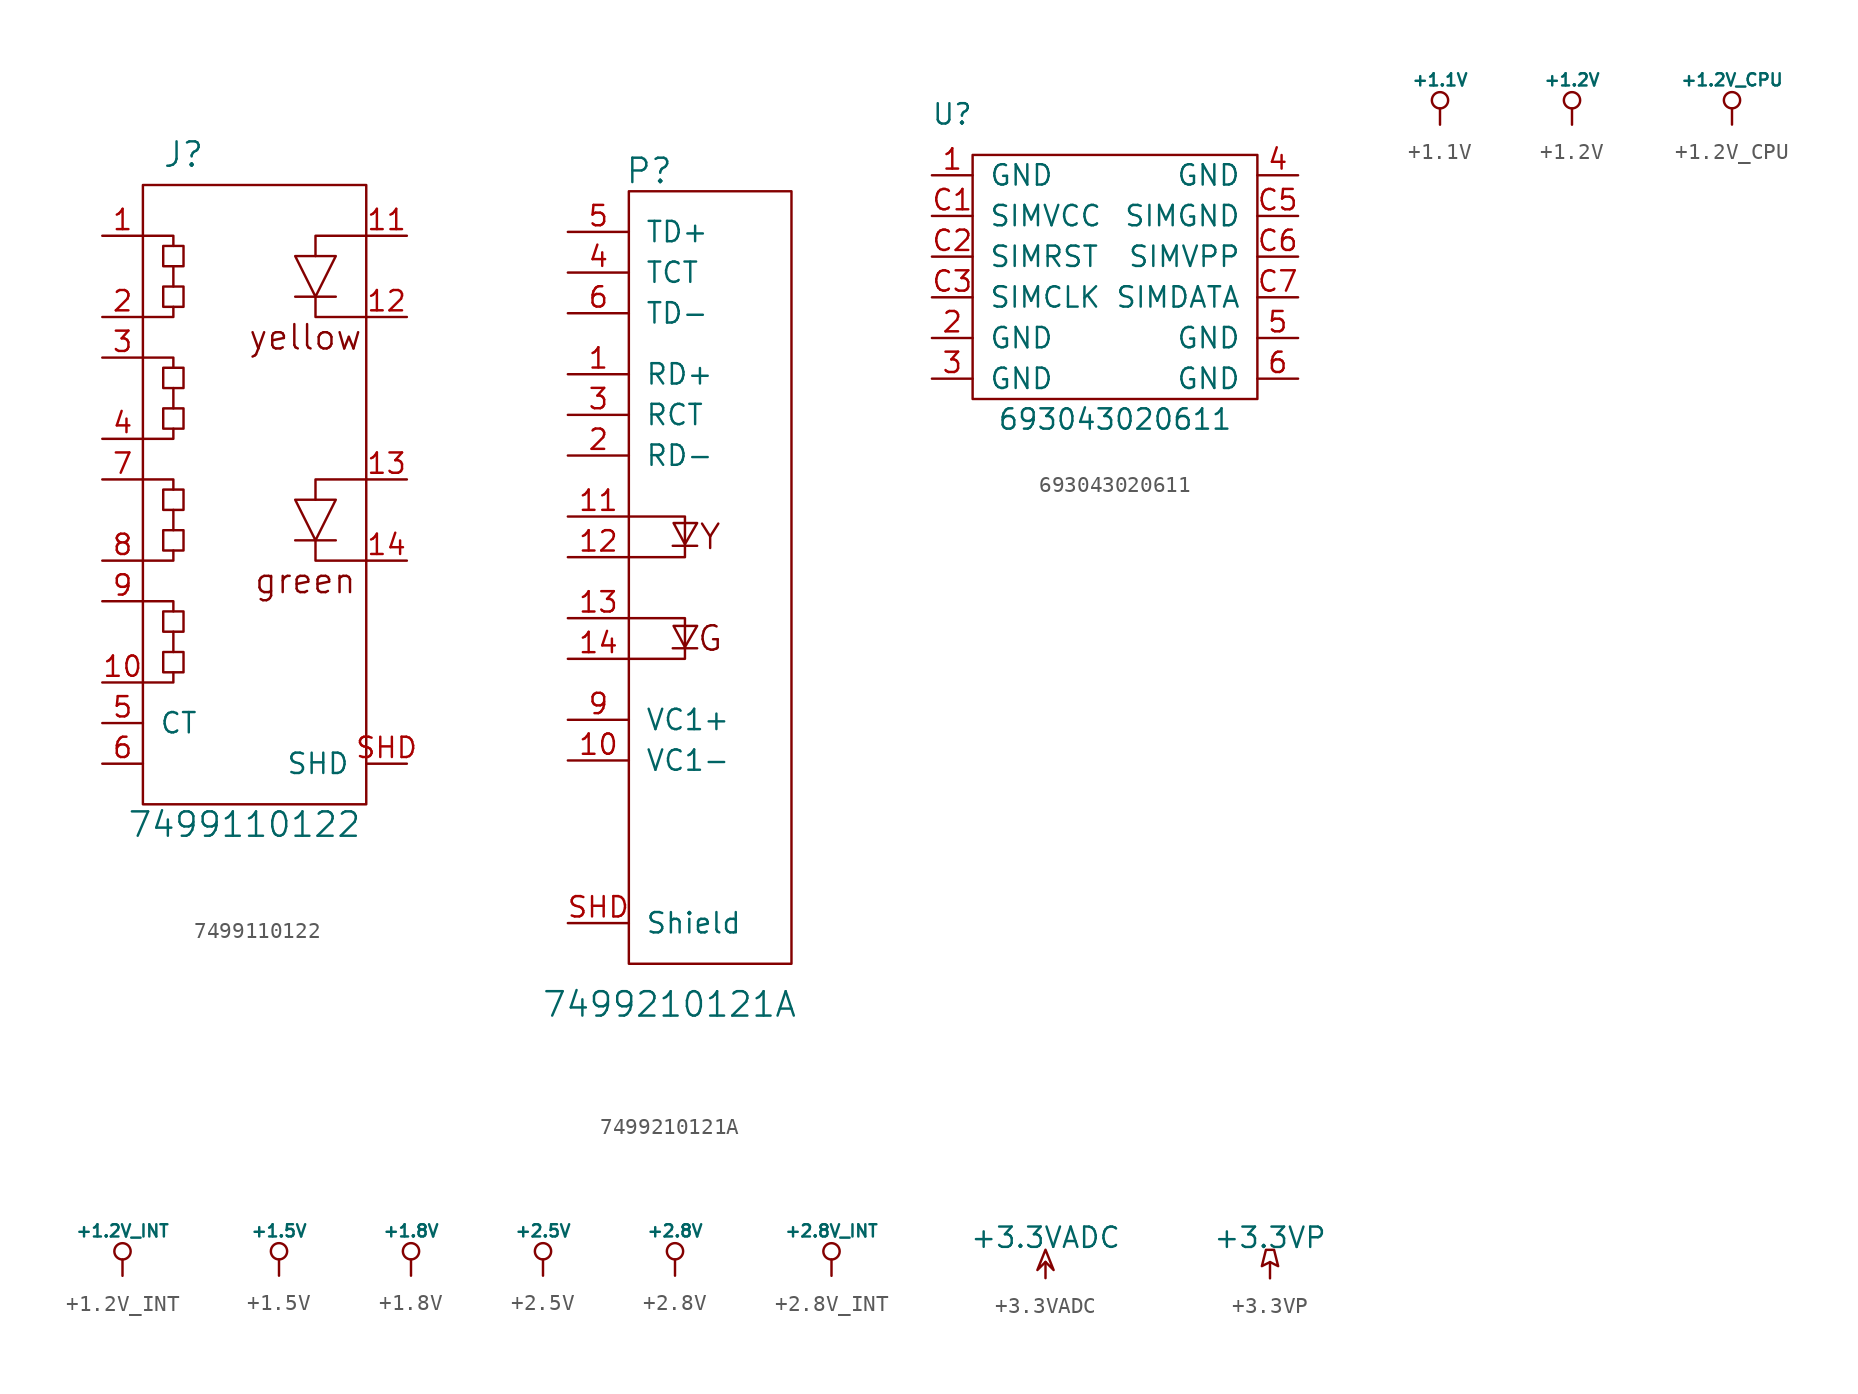
<source format=kicad_sym>
(kicad_symbol_lib
  (version 20210619)
  (generator kicad_symbol_editor)
  (symbol "tinkerforge:7499110122"
    (pin_names
      (offset 1.016))
    (property "Reference" "J"
      (at -5.08 20.32 0)
      (effects (font (size 1.524 1.524))))
    (property "Value" "7499110122"
      (at -1.27 -21.59 0)
      (effects (font (size 1.524 1.524))))
    (symbol "7499110122_1_0"
      (text "green" (at 2.54 -6.35 0) (effects (font (size 1.524 1.524))))
      (text "yellow" (at 2.54 8.89 0) (effects (font (size 1.524 1.524)))))
    (symbol "7499110122_1_1"
      (rectangle (start -7.62 -20.32) (end 6.35 18.415) (stroke (width 0)) (fill (type none)))
      (rectangle (start -6.35 -10.795) (end -5.08 -12.065) (stroke (width 0)) (fill (type none)))
      (rectangle (start -6.35 -8.255) (end -5.08 -9.525) (stroke (width 0)) (fill (type none)))
      (rectangle (start -6.35 -3.175) (end -5.08 -4.445) (stroke (width 0)) (fill (type none)))
      (rectangle (start -6.35 -0.635) (end -5.08 -1.905) (stroke (width 0)) (fill (type none)))
      (rectangle (start -6.35 4.445) (end -5.08 3.175) (stroke (width 0)) (fill (type none)))
      (rectangle (start -6.35 6.985) (end -5.08 5.715) (stroke (width 0)) (fill (type none)))
      (rectangle (start -6.35 12.065) (end -5.08 10.795) (stroke (width 0)) (fill (type none)))
      (rectangle (start -6.35 14.605) (end -5.08 13.335) (stroke (width 0)) (fill (type none)))
      (polyline (pts (xy -5.715 -9.525) (xy -5.715 -10.795)) (stroke (width 0)) (fill (type none)))
      (polyline (pts (xy -5.715 -1.905) (xy -5.715 -3.175)) (stroke (width 0)) (fill (type none)))
      (polyline (pts (xy -5.715 5.715) (xy -5.715 4.445)) (stroke (width 0)) (fill (type none)))
      (polyline (pts (xy -5.715 13.335) (xy -5.715 12.065)) (stroke (width 0)) (fill (type none)))
      (polyline (pts (xy 1.905 -3.81) (xy 4.445 -3.81)) (stroke (width 0)) (fill (type none)))
      (polyline (pts (xy 1.905 11.43) (xy 4.445 11.43)) (stroke (width 0)) (fill (type none)))
      (polyline (pts (xy -7.62 -12.7) (xy -5.715 -12.7) (xy -5.715 -12.065)) (stroke (width 0)) (fill (type none)))
      (polyline (pts (xy -7.62 -5.08) (xy -5.715 -5.08) (xy -5.715 -4.445)) (stroke (width 0)) (fill (type none)))
      (polyline (pts (xy -7.62 2.54) (xy -5.715 2.54) (xy -5.715 3.175)) (stroke (width 0)) (fill (type none)))
      (polyline (pts (xy -7.62 10.16) (xy -5.715 10.16) (xy -5.715 10.795)) (stroke (width 0)) (fill (type none)))
      (polyline (pts (xy -5.715 -8.255) (xy -5.715 -7.62) (xy -7.62 -7.62)) (stroke (width 0)) (fill (type none)))
      (polyline (pts (xy -5.715 -0.635) (xy -5.715 0) (xy -7.62 0)) (stroke (width 0)) (fill (type none)))
      (polyline (pts (xy -5.715 6.985) (xy -5.715 7.62) (xy -7.62 7.62)) (stroke (width 0)) (fill (type none)))
      (polyline (pts (xy -5.715 14.605) (xy -5.715 15.24) (xy -7.62 15.24)) (stroke (width 0)) (fill (type none)))
      (polyline (pts (xy 3.175 -1.27) (xy 3.175 0) (xy 6.35 0)) (stroke (width 0)) (fill (type none)))
      (polyline (pts (xy 3.175 13.97) (xy 3.175 15.24) (xy 6.35 15.24)) (stroke (width 0)) (fill (type none)))
      (polyline (pts (xy 6.35 -5.08) (xy 3.175 -5.08) (xy 3.175 -3.81)) (stroke (width 0)) (fill (type none)))
      (polyline (pts (xy 6.35 10.16) (xy 3.175 10.16) (xy 3.175 11.43)) (stroke (width 0)) (fill (type none)))
      (polyline (pts (xy 1.905 -1.27) (xy 4.445 -1.27) (xy 3.175 -3.81) (xy 1.905 -1.27)) (stroke (width 0)) (fill (type none)))
      (polyline (pts (xy 1.905 13.97) (xy 4.445 13.97) (xy 3.175 11.43) (xy 1.905 13.97)) (stroke (width 0)) (fill (type none)))
      (pin passive line (at -10.16 15.24 0) (length 2.54) (name "~" (effects (font (size 1.27 1.27)))) (number "1" (effects (font (size 1.27 1.27)))))
      (pin passive line (at -10.16 -12.7 0) (length 2.54) (name "~" (effects (font (size 1.27 1.27)))) (number "10" (effects (font (size 1.27 1.27)))))
      (pin passive line (at 8.89 15.24 180) (length 2.54) (name "~" (effects (font (size 1.27 1.27)))) (number "11" (effects (font (size 1.27 1.27)))))
      (pin passive line (at 8.89 10.16 180) (length 2.54) (name "~" (effects (font (size 1.27 1.27)))) (number "12" (effects (font (size 1.27 1.27)))))
      (pin passive line (at 8.89 0 180) (length 2.54) (name "~" (effects (font (size 1.27 1.27)))) (number "13" (effects (font (size 1.27 1.27)))))
      (pin passive line (at 8.89 -5.08 180) (length 2.54) (name "~" (effects (font (size 1.27 1.27)))) (number "14" (effects (font (size 1.27 1.27)))))
      (pin passive line (at -10.16 10.16 0) (length 2.54) (name "~" (effects (font (size 1.27 1.27)))) (number "2" (effects (font (size 1.27 1.27)))))
      (pin passive line (at -10.16 7.62 0) (length 2.54) (name "~" (effects (font (size 1.27 1.27)))) (number "3" (effects (font (size 1.27 1.27)))))
      (pin passive line (at -10.16 2.54 0) (length 2.54) (name "~" (effects (font (size 1.27 1.27)))) (number "4" (effects (font (size 1.27 1.27)))))
      (pin passive line (at -10.16 -15.24 0) (length 2.54) (name "CT" (effects (font (size 1.27 1.27)))) (number "5" (effects (font (size 1.27 1.27)))))
      (pin passive line (at -10.16 -17.78 0) (length 2.54) (name "~" (effects (font (size 1.27 1.27)))) (number "6" (effects (font (size 1.27 1.27)))))
      (pin passive line (at -10.16 0 0) (length 2.54) (name "~" (effects (font (size 1.27 1.27)))) (number "7" (effects (font (size 1.27 1.27)))))
      (pin passive line (at -10.16 -5.08 0) (length 2.54) (name "~" (effects (font (size 1.27 1.27)))) (number "8" (effects (font (size 1.27 1.27)))))
      (pin passive line (at -10.16 -7.62 0) (length 2.54) (name "~" (effects (font (size 1.27 1.27)))) (number "9" (effects (font (size 1.27 1.27)))))
      (pin passive line (at 8.89 -17.78 180) (length 2.54) (name "SHD" (effects (font (size 1.27 1.27)))) (number "SHD" (effects (font (size 1.27 1.27)))))))
  (symbol "tinkerforge:7499210121A"
    (pin_names
      (offset 1.016))
    (property "Reference" "P"
      (at -8.89 19.05 0)
      (effects (font (size 1.524 1.524))))
    (property "Value" "7499210121A"
      (at -7.62 -33.02 0)
      (effects (font (size 1.524 1.524))))
    (property "Footprint" ""
      (at 0 0 0)
      (effects (font (size 1.524 1.524))))
    (property "Datasheet" ""
      (at 0 0 0)
      (effects (font (size 1.524 1.524))))
    (symbol "7499210121A_0_0"
      (text "G" (at -5.08 -10.16 0) (effects (font (size 1.524 1.524))))
      (text "Y" (at -5.08 -3.81 0) (effects (font (size 1.524 1.524)))))
    (symbol "7499210121A_0_1"
      (rectangle (start -10.16 17.78) (end 0 -30.48) (stroke (width 0)) (fill (type none)))
      (polyline (pts (xy -7.417 -10.77) (xy -5.893 -10.77)) (stroke (width 0)) (fill (type none)))
      (polyline (pts (xy -7.417 -4.369) (xy -5.893 -4.369)) (stroke (width 0)) (fill (type none)))
      (polyline (pts (xy -10.16 -8.89) (xy -6.655 -8.89) (xy -6.655 -11.43) (xy -10.16 -11.43)) (stroke (width 0)) (fill (type none)))
      (polyline (pts (xy -10.16 -2.54) (xy -6.655 -2.54) (xy -6.655 -5.08) (xy -10.16 -5.08)) (stroke (width 0)) (fill (type none)))
      (polyline (pts (xy -6.655 -10.693) (xy -7.366 -9.373) (xy -5.893 -9.373) (xy -6.655 -10.693)) (stroke (width 0)) (fill (type none)))
      (polyline (pts (xy -6.655 -4.267) (xy -7.366 -2.946) (xy -5.893 -2.946) (xy -6.655 -4.267)) (stroke (width 0)) (fill (type none))))
    (symbol "7499210121A_1_1"
      (pin passive line (at -13.97 6.35 0) (length 3.81) (name "RD+" (effects (font (size 1.27 1.27)))) (number "1" (effects (font (size 1.27 1.27)))))
      (pin passive line (at -13.97 -17.78 0) (length 3.81) (name "VC1-" (effects (font (size 1.27 1.27)))) (number "10" (effects (font (size 1.27 1.27)))))
      (pin passive line (at -13.97 -2.54 0) (length 3.81) (name "~" (effects (font (size 1.27 1.27)))) (number "11" (effects (font (size 1.27 1.27)))))
      (pin passive line (at -13.97 -5.08 0) (length 3.81) (name "~" (effects (font (size 1.27 1.27)))) (number "12" (effects (font (size 1.27 1.27)))))
      (pin passive line (at -13.97 -8.89 0) (length 3.81) (name "~" (effects (font (size 1.27 1.27)))) (number "13" (effects (font (size 1.27 1.27)))))
      (pin passive line (at -13.97 -11.43 0) (length 3.81) (name "~" (effects (font (size 1.27 1.27)))) (number "14" (effects (font (size 1.27 1.27)))))
      (pin passive line (at -13.97 1.27 0) (length 3.81) (name "RD-" (effects (font (size 1.27 1.27)))) (number "2" (effects (font (size 1.27 1.27)))))
      (pin passive line (at -13.97 3.81 0) (length 3.81) (name "RCT" (effects (font (size 1.27 1.27)))) (number "3" (effects (font (size 1.27 1.27)))))
      (pin passive line (at -13.97 12.7 0) (length 3.81) (name "TCT" (effects (font (size 1.27 1.27)))) (number "4" (effects (font (size 1.27 1.27)))))
      (pin passive line (at -13.97 15.24 0) (length 3.81) (name "TD+" (effects (font (size 1.27 1.27)))) (number "5" (effects (font (size 1.27 1.27)))))
      (pin passive line (at -13.97 10.16 0) (length 3.81) (name "TD-" (effects (font (size 1.27 1.27)))) (number "6" (effects (font (size 1.27 1.27)))))
      (pin passive line (at -13.97 -15.24 0) (length 3.81) (name "VC1+" (effects (font (size 1.27 1.27)))) (number "9" (effects (font (size 1.27 1.27)))))
      (pin passive line (at -13.97 -27.94 0) (length 3.81) (name "Shield" (effects (font (size 1.27 1.27)))) (number "SHD" (effects (font (size 1.27 1.27)))))))
  (symbol "tinkerforge:693043020611"
    (pin_names
      (offset 1.016))
    (property "Reference" "U"
      (at -10.16 10.16 0)
      (effects (font (size 1.27 1.27))))
    (property "Value" "693043020611"
      (at 0 -8.89 0)
      (effects (font (size 1.27 1.27))))
    (symbol "693043020611_0_1"
      (rectangle (start -8.89 7.62) (end 8.89 -7.62) (stroke (width 0)) (fill (type none))))
    (symbol "693043020611_1_1"
      (pin passive line (at -11.43 6.35 0) (length 2.54) (name "GND" (effects (font (size 1.27 1.27)))) (number "1" (effects (font (size 1.27 1.27)))))
      (pin passive line (at -11.43 -3.81 0) (length 2.54) (name "GND" (effects (font (size 1.27 1.27)))) (number "2" (effects (font (size 1.27 1.27)))))
      (pin passive line (at -11.43 -6.35 0) (length 2.54) (name "GND" (effects (font (size 1.27 1.27)))) (number "3" (effects (font (size 1.27 1.27)))))
      (pin passive line (at 11.43 6.35 180) (length 2.54) (name "GND" (effects (font (size 1.27 1.27)))) (number "4" (effects (font (size 1.27 1.27)))))
      (pin passive line (at 11.43 -3.81 180) (length 2.54) (name "GND" (effects (font (size 1.27 1.27)))) (number "5" (effects (font (size 1.27 1.27)))))
      (pin passive line (at 11.43 -6.35 180) (length 2.54) (name "GND" (effects (font (size 1.27 1.27)))) (number "6" (effects (font (size 1.27 1.27)))))
      (pin passive line (at -11.43 3.81 0) (length 2.54) (name "SIMVCC" (effects (font (size 1.27 1.27)))) (number "C1" (effects (font (size 1.27 1.27)))))
      (pin passive line (at -11.43 1.27 0) (length 2.54) (name "SIMRST" (effects (font (size 1.27 1.27)))) (number "C2" (effects (font (size 1.27 1.27)))))
      (pin passive line (at -11.43 -1.27 0) (length 2.54) (name "SIMCLK" (effects (font (size 1.27 1.27)))) (number "C3" (effects (font (size 1.27 1.27)))))
      (pin passive line (at 11.43 3.81 180) (length 2.54) (name "SIMGND" (effects (font (size 1.27 1.27)))) (number "C5" (effects (font (size 1.27 1.27)))))
      (pin passive line (at 11.43 1.27 180) (length 2.54) (name "SIMVPP" (effects (font (size 1.27 1.27)))) (number "C6" (effects (font (size 1.27 1.27)))))
      (pin passive line (at 11.43 -1.27 180) (length 2.54) (name "SIMDATA" (effects (font (size 1.27 1.27)))) (number "C7" (effects (font (size 1.27 1.27)))))))
  (symbol "tinkerforge:+1.1V"
    (power)
    (pin_names
      (offset 0))
    (property "Reference" "#PWR"
      (at 0 3.556 0)
      (effects (font (size 0.508 0.508)) hide))
    (property "Value" "+1.1V"
      (at 0 2.794 0)
      (effects (font (size 0.762 0.762))))
    (property "Footprint" ""
      (at 0 0 0)
      (effects (font (size 1.524 1.524))))
    (property "Datasheet" ""
      (at 0 0 0)
      (effects (font (size 1.524 1.524))))
    (symbol "+1.1V_0_0"
      (polyline (pts (xy 0 0) (xy 0 1.016) (xy 0 1.016)) (stroke (width 0)) (fill (type none)))
      (pin power_in line (at 0 0 90) (length 0) hide (name "+1.1V" (effects (font (size 0.508 0.508)))) (number "1" (effects (font (size 0.508 0.508))))))
    (symbol "+1.1V_0_1"
      (circle (center 0 1.524) (radius 0.508) (stroke (width 0)) (fill (type none)))))
  (symbol "tinkerforge:+1.2V"
    (power)
    (pin_names
      (offset 0))
    (property "Reference" "#PWR"
      (at 0 3.556 0)
      (effects (font (size 0.508 0.508)) hide))
    (property "Value" "+1.2V"
      (at 0 2.794 0)
      (effects (font (size 0.762 0.762))))
    (property "Footprint" ""
      (at 0 0 0)
      (effects (font (size 1.524 1.524))))
    (property "Datasheet" ""
      (at 0 0 0)
      (effects (font (size 1.524 1.524))))
    (symbol "+1.2V_0_0"
      (polyline (pts (xy 0 0) (xy 0 1.016) (xy 0 1.016)) (stroke (width 0)) (fill (type none)))
      (pin power_in line (at 0 0 90) (length 0) hide (name "+1.2V" (effects (font (size 0.508 0.508)))) (number "1" (effects (font (size 0.508 0.508))))))
    (symbol "+1.2V_0_1"
      (circle (center 0 1.524) (radius 0.508) (stroke (width 0)) (fill (type none)))))
  (symbol "tinkerforge:+1.2V_CPU"
    (power)
    (pin_names
      (offset 0))
    (property "Reference" "#PWR"
      (at 0 3.556 0)
      (effects (font (size 0.508 0.508)) hide))
    (property "Value" "+1.2V_CPU"
      (at 0 2.794 0)
      (effects (font (size 0.762 0.762))))
    (property "Footprint" ""
      (at 0 0 0)
      (effects (font (size 1.524 1.524))))
    (property "Datasheet" ""
      (at 0 0 0)
      (effects (font (size 1.524 1.524))))
    (symbol "+1.2V_CPU_0_0"
      (polyline (pts (xy 0 0) (xy 0 1.016) (xy 0 1.016)) (stroke (width 0)) (fill (type none)))
      (pin power_in line (at 0 0 90) (length 0) hide (name "+1.2V_CPU" (effects (font (size 0.508 0.508)))) (number "1" (effects (font (size 0.508 0.508))))))
    (symbol "+1.2V_CPU_0_1"
      (circle (center 0 1.524) (radius 0.508) (stroke (width 0)) (fill (type none)))))
  (symbol "tinkerforge:+1.2V_INT"
    (power)
    (pin_names
      (offset 0))
    (property "Reference" "#PWR"
      (at 0 3.556 0)
      (effects (font (size 0.508 0.508)) hide))
    (property "Value" "+1.2V_INT"
      (at 0 2.794 0)
      (effects (font (size 0.762 0.762))))
    (property "Footprint" ""
      (at 0 0 0)
      (effects (font (size 1.524 1.524))))
    (property "Datasheet" ""
      (at 0 0 0)
      (effects (font (size 1.524 1.524))))
    (symbol "+1.2V_INT_0_0"
      (polyline (pts (xy 0 0) (xy 0 1.016) (xy 0 1.016)) (stroke (width 0)) (fill (type none)))
      (pin power_in line (at 0 0 90) (length 0) hide (name "+1.2V_INT" (effects (font (size 0.508 0.508)))) (number "1" (effects (font (size 0.508 0.508))))))
    (symbol "+1.2V_INT_0_1"
      (circle (center 0 1.524) (radius 0.508) (stroke (width 0)) (fill (type none)))))
  (symbol "tinkerforge:+1.5V"
    (power)
    (pin_names
      (offset 0))
    (property "Reference" "#PWR"
      (at 0 3.556 0)
      (effects (font (size 0.508 0.508)) hide))
    (property "Value" "+1.5V"
      (at 0 2.794 0)
      (effects (font (size 0.762 0.762))))
    (property "Footprint" ""
      (at 0 0 0)
      (effects (font (size 1.524 1.524))))
    (property "Datasheet" ""
      (at 0 0 0)
      (effects (font (size 1.524 1.524))))
    (symbol "+1.5V_0_0"
      (polyline (pts (xy 0 0) (xy 0 1.016) (xy 0 1.016)) (stroke (width 0)) (fill (type none)))
      (pin power_in line (at 0 0 90) (length 0) hide (name "+1.5V" (effects (font (size 0.508 0.508)))) (number "1" (effects (font (size 0.508 0.508))))))
    (symbol "+1.5V_0_1"
      (circle (center 0 1.524) (radius 0.508) (stroke (width 0)) (fill (type none)))))
  (symbol "tinkerforge:+1.8V"
    (power)
    (pin_names
      (offset 0))
    (property "Reference" "#PWR"
      (at 0 3.556 0)
      (effects (font (size 0.508 0.508)) hide))
    (property "Value" "+1.8V"
      (at 0 2.794 0)
      (effects (font (size 0.762 0.762))))
    (property "Footprint" ""
      (at 0 0 0)
      (effects (font (size 1.524 1.524))))
    (property "Datasheet" ""
      (at 0 0 0)
      (effects (font (size 1.524 1.524))))
    (symbol "+1.8V_0_0"
      (polyline (pts (xy 0 0) (xy 0 1.016) (xy 0 1.016)) (stroke (width 0)) (fill (type none)))
      (pin power_in line (at 0 0 90) (length 0) hide (name "+1.8V" (effects (font (size 0.508 0.508)))) (number "1" (effects (font (size 0.508 0.508))))))
    (symbol "+1.8V_0_1"
      (circle (center 0 1.524) (radius 0.508) (stroke (width 0)) (fill (type none)))))
  (symbol "tinkerforge:+2.5V"
    (power)
    (pin_names
      (offset 0))
    (property "Reference" "#PWR"
      (at 0 3.556 0)
      (effects (font (size 0.508 0.508)) hide))
    (property "Value" "+2.5V"
      (at 0 2.794 0)
      (effects (font (size 0.762 0.762))))
    (property "Footprint" ""
      (at 0 0 0)
      (effects (font (size 1.524 1.524))))
    (property "Datasheet" ""
      (at 0 0 0)
      (effects (font (size 1.524 1.524))))
    (symbol "+2.5V_0_0"
      (polyline (pts (xy 0 0) (xy 0 1.016) (xy 0 1.016)) (stroke (width 0)) (fill (type none)))
      (pin power_in line (at 0 0 90) (length 0) hide (name "+2.5V" (effects (font (size 0.508 0.508)))) (number "1" (effects (font (size 0.508 0.508))))))
    (symbol "+2.5V_0_1"
      (circle (center 0 1.524) (radius 0.508) (stroke (width 0)) (fill (type none)))))
  (symbol "tinkerforge:+2.8V"
    (power)
    (pin_names
      (offset 0))
    (property "Reference" "#PWR"
      (at 0 3.556 0)
      (effects (font (size 0.508 0.508)) hide))
    (property "Value" "+2.8V"
      (at 0 2.794 0)
      (effects (font (size 0.762 0.762))))
    (property "Footprint" ""
      (at 0 0 0)
      (effects (font (size 1.524 1.524))))
    (property "Datasheet" ""
      (at 0 0 0)
      (effects (font (size 1.524 1.524))))
    (symbol "+2.8V_0_0"
      (polyline (pts (xy 0 0) (xy 0 1.016) (xy 0 1.016)) (stroke (width 0)) (fill (type none)))
      (pin power_in line (at 0 0 90) (length 0) hide (name "+2.8V" (effects (font (size 0.508 0.508)))) (number "1" (effects (font (size 0.508 0.508))))))
    (symbol "+2.8V_0_1"
      (circle (center 0 1.524) (radius 0.508) (stroke (width 0)) (fill (type none)))))
  (symbol "tinkerforge:+2.8V_INT"
    (power)
    (pin_names
      (offset 0))
    (property "Reference" "#PWR"
      (at 0 3.556 0)
      (effects (font (size 0.508 0.508)) hide))
    (property "Value" "+2.8V_INT"
      (at 0 2.794 0)
      (effects (font (size 0.762 0.762))))
    (property "Footprint" ""
      (at 0 0 0)
      (effects (font (size 1.524 1.524))))
    (property "Datasheet" ""
      (at 0 0 0)
      (effects (font (size 1.524 1.524))))
    (symbol "+2.8V_INT_0_0"
      (polyline (pts (xy 0 0) (xy 0 1.016) (xy 0 1.016)) (stroke (width 0)) (fill (type none)))
      (pin power_in line (at 0 0 90) (length 0) hide (name "+2.8V_INT" (effects (font (size 0.508 0.508)))) (number "1" (effects (font (size 0.508 0.508))))))
    (symbol "+2.8V_INT_0_1"
      (circle (center 0 1.524) (radius 0.508) (stroke (width 0)) (fill (type none)))))
  (symbol "tinkerforge:+3.3VADC"
    (power)
    (pin_names
      (offset 0))
    (property "Reference" "#PWR"
      (at 3.81 -1.27 0)
      (effects (font (size 1.27 1.27)) hide))
    (property "Value" "+3.3VADC"
      (at 0 2.54 0)
      (effects (font (size 1.27 1.27))))
    (symbol "+3.3VADC_0_0"
      (pin power_in line (at 0 0 90) (length 0) hide (name "+3.3VADC" (effects (font (size 1.27 1.27)))) (number "1" (effects (font (size 1.27 1.27))))))
    (symbol "+3.3VADC_0_1"
      (polyline (pts (xy 0 0) (xy 0 1.016) (xy 0 1.016)) (stroke (width 0)) (fill (type none)))
      (polyline (pts (xy 0 1.016) (xy 0.508 0.508) (xy 0 1.778) (xy -0.508 0.508) (xy 0 1.016) (xy 0 1.016)) (stroke (width 0)) (fill (type none)))))
  (symbol "tinkerforge:+3.3VP"
    (power)
    (pin_names
      (offset 0))
    (property "Reference" "#PWR"
      (at 3.81 -1.27 0)
      (effects (font (size 1.27 1.27)) hide))
    (property "Value" "+3.3VP"
      (at 0 2.54 0)
      (effects (font (size 1.27 1.27))))
    (symbol "+3.3VP_0_0"
      (pin power_in line (at 0 0 90) (length 0) hide (name "+3.3VP" (effects (font (size 1.27 1.27)))) (number "1" (effects (font (size 1.27 1.27))))))
    (symbol "+3.3VP_0_1"
      (polyline (pts (xy 0 0) (xy 0 1.016) (xy 0 1.016)) (stroke (width 0)) (fill (type none)))
      (polyline (pts (xy 0.508 0.762) (xy 0 1.016) (xy -0.508 0.762) (xy -0.254 1.778) (xy 0.254 1.778) (xy 0.508 0.762) (xy 0.508 0.762)) (stroke (width 0)) (fill (type none))))))
</source>
